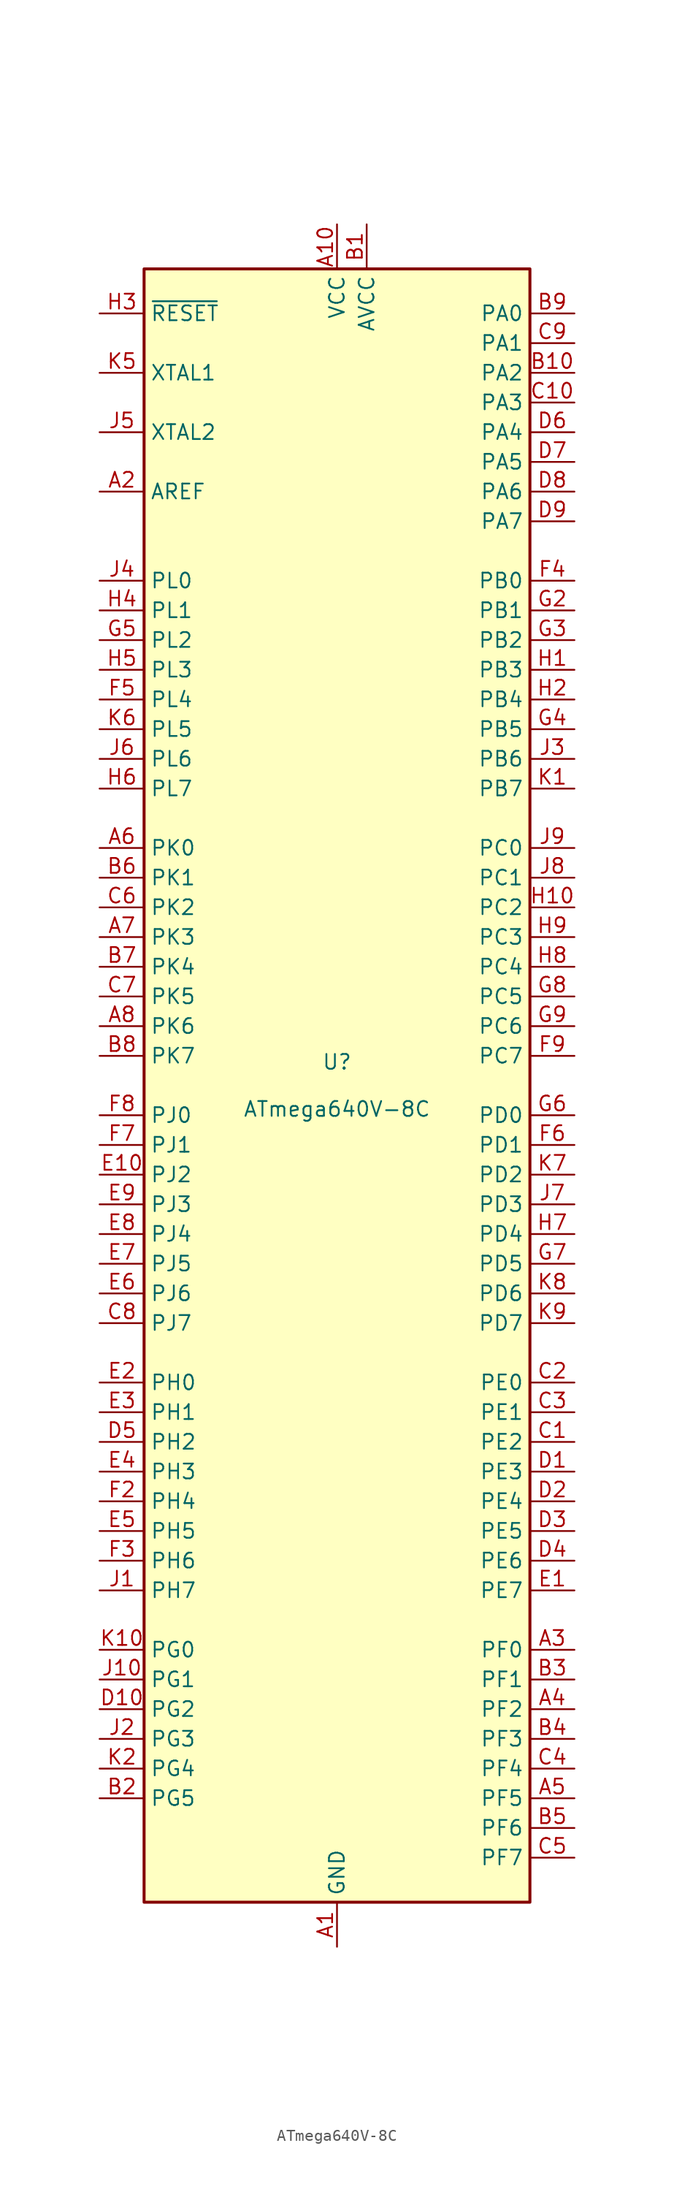
<source format=kicad_sym>
(kicad_symbol_lib
  (version 20201005)
  (generator kicad_symbol_editor)
  (symbol "ATmega640V-8C"
    (property "Reference" "U"
      (at 0 1.27 0)
      (effects (font (size 1.27 1.27)) (justify bottom)))
    (property "Value" "ATmega640V-8C"
      (at 0 -1.27 0)
      (effects (font (size 1.27 1.27)) (justify top)))
    (symbol "ATmega640V-8C_0_1"
      (rectangle (start -16.51 -69.85) (end 16.51 69.85) (stroke (width 0.254)) (fill (type background))))
    (symbol "ATmega640V-8C_1_1"
      (pin power_in line (at 0 -73.66 90) (length 3.81) (name "GND" (effects (font (size 1.27 1.27)))) (number "A1" (effects (font (size 1.27 1.27)))))
      (pin power_in line (at 0 73.66 270) (length 3.81) (name "VCC" (effects (font (size 1.27 1.27)))) (number "A10" (effects (font (size 1.27 1.27)))))
      (pin passive line (at -20.32 50.8 0) (length 3.81) (name "AREF" (effects (font (size 1.27 1.27)))) (number "A2" (effects (font (size 1.27 1.27)))))
      (pin bidirectional line (at 20.32 -48.26 180) (length 3.81) (name "PF0" (effects (font (size 1.27 1.27)))) (number "A3" (effects (font (size 1.27 1.27)))))
      (pin bidirectional line (at 20.32 -53.34 180) (length 3.81) (name "PF2" (effects (font (size 1.27 1.27)))) (number "A4" (effects (font (size 1.27 1.27)))))
      (pin bidirectional line (at 20.32 -60.96 180) (length 3.81) (name "PF5" (effects (font (size 1.27 1.27)))) (number "A5" (effects (font (size 1.27 1.27)))))
      (pin bidirectional line (at -20.32 20.32 0) (length 3.81) (name "PK0" (effects (font (size 1.27 1.27)))) (number "A6" (effects (font (size 1.27 1.27)))))
      (pin bidirectional line (at -20.32 12.7 0) (length 3.81) (name "PK3" (effects (font (size 1.27 1.27)))) (number "A7" (effects (font (size 1.27 1.27)))))
      (pin bidirectional line (at -20.32 5.08 0) (length 3.81) (name "PK6" (effects (font (size 1.27 1.27)))) (number "A8" (effects (font (size 1.27 1.27)))))
      (pin passive line (at 0 -73.66 90) (length 3.81) hide (name "GND" (effects (font (size 1.27 1.27)))) (number "A9" (effects (font (size 1.27 1.27)))))
      (pin power_in line (at 2.54 73.66 270) (length 3.81) (name "AVCC" (effects (font (size 1.27 1.27)))) (number "B1" (effects (font (size 1.27 1.27)))))
      (pin bidirectional line (at 20.32 60.96 180) (length 3.81) (name "PA2" (effects (font (size 1.27 1.27)))) (number "B10" (effects (font (size 1.27 1.27)))))
      (pin bidirectional line (at -20.32 -60.96 0) (length 3.81) (name "PG5" (effects (font (size 1.27 1.27)))) (number "B2" (effects (font (size 1.27 1.27)))))
      (pin bidirectional line (at 20.32 -50.8 180) (length 3.81) (name "PF1" (effects (font (size 1.27 1.27)))) (number "B3" (effects (font (size 1.27 1.27)))))
      (pin bidirectional line (at 20.32 -55.88 180) (length 3.81) (name "PF3" (effects (font (size 1.27 1.27)))) (number "B4" (effects (font (size 1.27 1.27)))))
      (pin bidirectional line (at 20.32 -63.5 180) (length 3.81) (name "PF6" (effects (font (size 1.27 1.27)))) (number "B5" (effects (font (size 1.27 1.27)))))
      (pin bidirectional line (at -20.32 17.78 0) (length 3.81) (name "PK1" (effects (font (size 1.27 1.27)))) (number "B6" (effects (font (size 1.27 1.27)))))
      (pin bidirectional line (at -20.32 10.16 0) (length 3.81) (name "PK4" (effects (font (size 1.27 1.27)))) (number "B7" (effects (font (size 1.27 1.27)))))
      (pin bidirectional line (at -20.32 2.54 0) (length 3.81) (name "PK7" (effects (font (size 1.27 1.27)))) (number "B8" (effects (font (size 1.27 1.27)))))
      (pin bidirectional line (at 20.32 66.04 180) (length 3.81) (name "PA0" (effects (font (size 1.27 1.27)))) (number "B9" (effects (font (size 1.27 1.27)))))
      (pin bidirectional line (at 20.32 -30.48 180) (length 3.81) (name "PE2" (effects (font (size 1.27 1.27)))) (number "C1" (effects (font (size 1.27 1.27)))))
      (pin bidirectional line (at 20.32 58.42 180) (length 3.81) (name "PA3" (effects (font (size 1.27 1.27)))) (number "C10" (effects (font (size 1.27 1.27)))))
      (pin bidirectional line (at 20.32 -25.4 180) (length 3.81) (name "PE0" (effects (font (size 1.27 1.27)))) (number "C2" (effects (font (size 1.27 1.27)))))
      (pin bidirectional line (at 20.32 -27.94 180) (length 3.81) (name "PE1" (effects (font (size 1.27 1.27)))) (number "C3" (effects (font (size 1.27 1.27)))))
      (pin bidirectional line (at 20.32 -58.42 180) (length 3.81) (name "PF4" (effects (font (size 1.27 1.27)))) (number "C4" (effects (font (size 1.27 1.27)))))
      (pin bidirectional line (at 20.32 -66.04 180) (length 3.81) (name "PF7" (effects (font (size 1.27 1.27)))) (number "C5" (effects (font (size 1.27 1.27)))))
      (pin bidirectional line (at -20.32 15.24 0) (length 3.81) (name "PK2" (effects (font (size 1.27 1.27)))) (number "C6" (effects (font (size 1.27 1.27)))))
      (pin bidirectional line (at -20.32 7.62 0) (length 3.81) (name "PK5" (effects (font (size 1.27 1.27)))) (number "C7" (effects (font (size 1.27 1.27)))))
      (pin bidirectional line (at -20.32 -20.32 0) (length 3.81) (name "PJ7" (effects (font (size 1.27 1.27)))) (number "C8" (effects (font (size 1.27 1.27)))))
      (pin bidirectional line (at 20.32 63.5 180) (length 3.81) (name "PA1" (effects (font (size 1.27 1.27)))) (number "C9" (effects (font (size 1.27 1.27)))))
      (pin bidirectional line (at 20.32 -33.02 180) (length 3.81) (name "PE3" (effects (font (size 1.27 1.27)))) (number "D1" (effects (font (size 1.27 1.27)))))
      (pin bidirectional line (at -20.32 -53.34 0) (length 3.81) (name "PG2" (effects (font (size 1.27 1.27)))) (number "D10" (effects (font (size 1.27 1.27)))))
      (pin bidirectional line (at 20.32 -35.56 180) (length 3.81) (name "PE4" (effects (font (size 1.27 1.27)))) (number "D2" (effects (font (size 1.27 1.27)))))
      (pin bidirectional line (at 20.32 -38.1 180) (length 3.81) (name "PE5" (effects (font (size 1.27 1.27)))) (number "D3" (effects (font (size 1.27 1.27)))))
      (pin bidirectional line (at 20.32 -40.64 180) (length 3.81) (name "PE6" (effects (font (size 1.27 1.27)))) (number "D4" (effects (font (size 1.27 1.27)))))
      (pin bidirectional line (at -20.32 -30.48 0) (length 3.81) (name "PH2" (effects (font (size 1.27 1.27)))) (number "D5" (effects (font (size 1.27 1.27)))))
      (pin bidirectional line (at 20.32 55.88 180) (length 3.81) (name "PA4" (effects (font (size 1.27 1.27)))) (number "D6" (effects (font (size 1.27 1.27)))))
      (pin bidirectional line (at 20.32 53.34 180) (length 3.81) (name "PA5" (effects (font (size 1.27 1.27)))) (number "D7" (effects (font (size 1.27 1.27)))))
      (pin bidirectional line (at 20.32 50.8 180) (length 3.81) (name "PA6" (effects (font (size 1.27 1.27)))) (number "D8" (effects (font (size 1.27 1.27)))))
      (pin bidirectional line (at 20.32 48.26 180) (length 3.81) (name "PA7" (effects (font (size 1.27 1.27)))) (number "D9" (effects (font (size 1.27 1.27)))))
      (pin bidirectional line (at 20.32 -43.18 180) (length 3.81) (name "PE7" (effects (font (size 1.27 1.27)))) (number "E1" (effects (font (size 1.27 1.27)))))
      (pin bidirectional line (at -20.32 -7.62 0) (length 3.81) (name "PJ2" (effects (font (size 1.27 1.27)))) (number "E10" (effects (font (size 1.27 1.27)))))
      (pin bidirectional line (at -20.32 -25.4 0) (length 3.81) (name "PH0" (effects (font (size 1.27 1.27)))) (number "E2" (effects (font (size 1.27 1.27)))))
      (pin bidirectional line (at -20.32 -27.94 0) (length 3.81) (name "PH1" (effects (font (size 1.27 1.27)))) (number "E3" (effects (font (size 1.27 1.27)))))
      (pin bidirectional line (at -20.32 -33.02 0) (length 3.81) (name "PH3" (effects (font (size 1.27 1.27)))) (number "E4" (effects (font (size 1.27 1.27)))))
      (pin bidirectional line (at -20.32 -38.1 0) (length 3.81) (name "PH5" (effects (font (size 1.27 1.27)))) (number "E5" (effects (font (size 1.27 1.27)))))
      (pin bidirectional line (at -20.32 -17.78 0) (length 3.81) (name "PJ6" (effects (font (size 1.27 1.27)))) (number "E6" (effects (font (size 1.27 1.27)))))
      (pin bidirectional line (at -20.32 -15.24 0) (length 3.81) (name "PJ5" (effects (font (size 1.27 1.27)))) (number "E7" (effects (font (size 1.27 1.27)))))
      (pin bidirectional line (at -20.32 -12.7 0) (length 3.81) (name "PJ4" (effects (font (size 1.27 1.27)))) (number "E8" (effects (font (size 1.27 1.27)))))
      (pin bidirectional line (at -20.32 -10.16 0) (length 3.81) (name "PJ3" (effects (font (size 1.27 1.27)))) (number "E9" (effects (font (size 1.27 1.27)))))
      (pin passive line (at 0 73.66 270) (length 3.81) hide (name "VCC" (effects (font (size 1.27 1.27)))) (number "F1" (effects (font (size 1.27 1.27)))))
      (pin passive line (at 0 -73.66 90) (length 3.81) hide (name "GND" (effects (font (size 1.27 1.27)))) (number "F10" (effects (font (size 1.27 1.27)))))
      (pin bidirectional line (at -20.32 -35.56 0) (length 3.81) (name "PH4" (effects (font (size 1.27 1.27)))) (number "F2" (effects (font (size 1.27 1.27)))))
      (pin bidirectional line (at -20.32 -40.64 0) (length 3.81) (name "PH6" (effects (font (size 1.27 1.27)))) (number "F3" (effects (font (size 1.27 1.27)))))
      (pin bidirectional line (at 20.32 43.18 180) (length 3.81) (name "PB0" (effects (font (size 1.27 1.27)))) (number "F4" (effects (font (size 1.27 1.27)))))
      (pin bidirectional line (at -20.32 33.02 0) (length 3.81) (name "PL4" (effects (font (size 1.27 1.27)))) (number "F5" (effects (font (size 1.27 1.27)))))
      (pin bidirectional line (at 20.32 -5.08 180) (length 3.81) (name "PD1" (effects (font (size 1.27 1.27)))) (number "F6" (effects (font (size 1.27 1.27)))))
      (pin bidirectional line (at -20.32 -5.08 0) (length 3.81) (name "PJ1" (effects (font (size 1.27 1.27)))) (number "F7" (effects (font (size 1.27 1.27)))))
      (pin bidirectional line (at -20.32 -2.54 0) (length 3.81) (name "PJ0" (effects (font (size 1.27 1.27)))) (number "F8" (effects (font (size 1.27 1.27)))))
      (pin bidirectional line (at 20.32 2.54 180) (length 3.81) (name "PC7" (effects (font (size 1.27 1.27)))) (number "F9" (effects (font (size 1.27 1.27)))))
      (pin passive line (at 0 -73.66 90) (length 3.81) hide (name "GND" (effects (font (size 1.27 1.27)))) (number "G1" (effects (font (size 1.27 1.27)))))
      (pin passive line (at 0 73.66 270) (length 3.81) hide (name "VCC" (effects (font (size 1.27 1.27)))) (number "G10" (effects (font (size 1.27 1.27)))))
      (pin bidirectional line (at 20.32 40.64 180) (length 3.81) (name "PB1" (effects (font (size 1.27 1.27)))) (number "G2" (effects (font (size 1.27 1.27)))))
      (pin bidirectional line (at 20.32 38.1 180) (length 3.81) (name "PB2" (effects (font (size 1.27 1.27)))) (number "G3" (effects (font (size 1.27 1.27)))))
      (pin bidirectional line (at 20.32 30.48 180) (length 3.81) (name "PB5" (effects (font (size 1.27 1.27)))) (number "G4" (effects (font (size 1.27 1.27)))))
      (pin bidirectional line (at -20.32 38.1 0) (length 3.81) (name "PL2" (effects (font (size 1.27 1.27)))) (number "G5" (effects (font (size 1.27 1.27)))))
      (pin bidirectional line (at 20.32 -2.54 180) (length 3.81) (name "PD0" (effects (font (size 1.27 1.27)))) (number "G6" (effects (font (size 1.27 1.27)))))
      (pin bidirectional line (at 20.32 -15.24 180) (length 3.81) (name "PD5" (effects (font (size 1.27 1.27)))) (number "G7" (effects (font (size 1.27 1.27)))))
      (pin bidirectional line (at 20.32 7.62 180) (length 3.81) (name "PC5" (effects (font (size 1.27 1.27)))) (number "G8" (effects (font (size 1.27 1.27)))))
      (pin bidirectional line (at 20.32 5.08 180) (length 3.81) (name "PC6" (effects (font (size 1.27 1.27)))) (number "G9" (effects (font (size 1.27 1.27)))))
      (pin bidirectional line (at 20.32 35.56 180) (length 3.81) (name "PB3" (effects (font (size 1.27 1.27)))) (number "H1" (effects (font (size 1.27 1.27)))))
      (pin bidirectional line (at 20.32 15.24 180) (length 3.81) (name "PC2" (effects (font (size 1.27 1.27)))) (number "H10" (effects (font (size 1.27 1.27)))))
      (pin bidirectional line (at 20.32 33.02 180) (length 3.81) (name "PB4" (effects (font (size 1.27 1.27)))) (number "H2" (effects (font (size 1.27 1.27)))))
      (pin input line (at -20.32 66.04 0) (length 3.81) (name "~RESET" (effects (font (size 1.27 1.27)))) (number "H3" (effects (font (size 1.27 1.27)))))
      (pin bidirectional line (at -20.32 40.64 0) (length 3.81) (name "PL1" (effects (font (size 1.27 1.27)))) (number "H4" (effects (font (size 1.27 1.27)))))
      (pin bidirectional line (at -20.32 35.56 0) (length 3.81) (name "PL3" (effects (font (size 1.27 1.27)))) (number "H5" (effects (font (size 1.27 1.27)))))
      (pin bidirectional line (at -20.32 25.4 0) (length 3.81) (name "PL7" (effects (font (size 1.27 1.27)))) (number "H6" (effects (font (size 1.27 1.27)))))
      (pin bidirectional line (at 20.32 -12.7 180) (length 3.81) (name "PD4" (effects (font (size 1.27 1.27)))) (number "H7" (effects (font (size 1.27 1.27)))))
      (pin bidirectional line (at 20.32 10.16 180) (length 3.81) (name "PC4" (effects (font (size 1.27 1.27)))) (number "H8" (effects (font (size 1.27 1.27)))))
      (pin bidirectional line (at 20.32 12.7 180) (length 3.81) (name "PC3" (effects (font (size 1.27 1.27)))) (number "H9" (effects (font (size 1.27 1.27)))))
      (pin bidirectional line (at -20.32 -43.18 0) (length 3.81) (name "PH7" (effects (font (size 1.27 1.27)))) (number "J1" (effects (font (size 1.27 1.27)))))
      (pin bidirectional line (at -20.32 -50.8 0) (length 3.81) (name "PG1" (effects (font (size 1.27 1.27)))) (number "J10" (effects (font (size 1.27 1.27)))))
      (pin bidirectional line (at -20.32 -55.88 0) (length 3.81) (name "PG3" (effects (font (size 1.27 1.27)))) (number "J2" (effects (font (size 1.27 1.27)))))
      (pin bidirectional line (at 20.32 27.94 180) (length 3.81) (name "PB6" (effects (font (size 1.27 1.27)))) (number "J3" (effects (font (size 1.27 1.27)))))
      (pin bidirectional line (at -20.32 43.18 0) (length 3.81) (name "PL0" (effects (font (size 1.27 1.27)))) (number "J4" (effects (font (size 1.27 1.27)))))
      (pin output line (at -20.32 55.88 0) (length 3.81) (name "XTAL2" (effects (font (size 1.27 1.27)))) (number "J5" (effects (font (size 1.27 1.27)))))
      (pin bidirectional line (at -20.32 27.94 0) (length 3.81) (name "PL6" (effects (font (size 1.27 1.27)))) (number "J6" (effects (font (size 1.27 1.27)))))
      (pin bidirectional line (at 20.32 -10.16 180) (length 3.81) (name "PD3" (effects (font (size 1.27 1.27)))) (number "J7" (effects (font (size 1.27 1.27)))))
      (pin bidirectional line (at 20.32 17.78 180) (length 3.81) (name "PC1" (effects (font (size 1.27 1.27)))) (number "J8" (effects (font (size 1.27 1.27)))))
      (pin bidirectional line (at 20.32 20.32 180) (length 3.81) (name "PC0" (effects (font (size 1.27 1.27)))) (number "J9" (effects (font (size 1.27 1.27)))))
      (pin bidirectional line (at 20.32 25.4 180) (length 3.81) (name "PB7" (effects (font (size 1.27 1.27)))) (number "K1" (effects (font (size 1.27 1.27)))))
      (pin bidirectional line (at -20.32 -48.26 0) (length 3.81) (name "PG0" (effects (font (size 1.27 1.27)))) (number "K10" (effects (font (size 1.27 1.27)))))
      (pin bidirectional line (at -20.32 -58.42 0) (length 3.81) (name "PG4" (effects (font (size 1.27 1.27)))) (number "K2" (effects (font (size 1.27 1.27)))))
      (pin passive line (at 0 73.66 270) (length 3.81) hide (name "VCC" (effects (font (size 1.27 1.27)))) (number "K3" (effects (font (size 1.27 1.27)))))
      (pin passive line (at 0 -73.66 90) (length 3.81) hide (name "GND" (effects (font (size 1.27 1.27)))) (number "K4" (effects (font (size 1.27 1.27)))))
      (pin input line (at -20.32 60.96 0) (length 3.81) (name "XTAL1" (effects (font (size 1.27 1.27)))) (number "K5" (effects (font (size 1.27 1.27)))))
      (pin bidirectional line (at -20.32 30.48 0) (length 3.81) (name "PL5" (effects (font (size 1.27 1.27)))) (number "K6" (effects (font (size 1.27 1.27)))))
      (pin bidirectional line (at 20.32 -7.62 180) (length 3.81) (name "PD2" (effects (font (size 1.27 1.27)))) (number "K7" (effects (font (size 1.27 1.27)))))
      (pin bidirectional line (at 20.32 -17.78 180) (length 3.81) (name "PD6" (effects (font (size 1.27 1.27)))) (number "K8" (effects (font (size 1.27 1.27)))))
      (pin bidirectional line (at 20.32 -20.32 180) (length 3.81) (name "PD7" (effects (font (size 1.27 1.27)))) (number "K9" (effects (font (size 1.27 1.27))))))))
</source>
